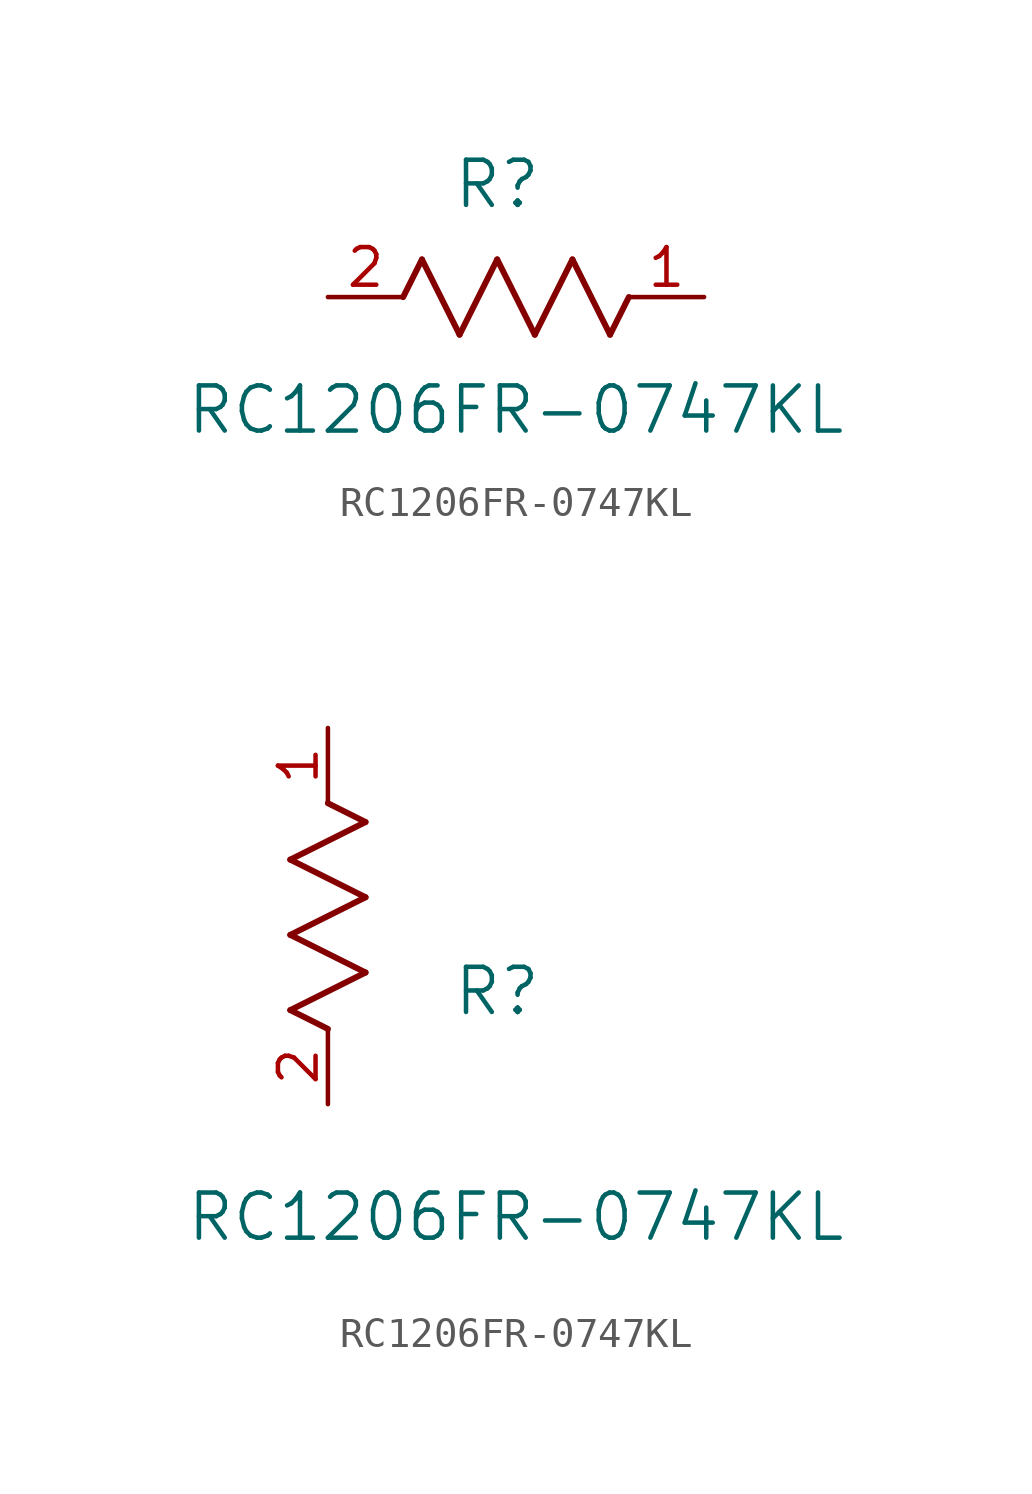
<source format=kicad_sym>
(kicad_symbol_lib
  (version 20211014)
  (generator kicad_symbol_editor)
  (symbol "RC1206FR-0747KL"
    (pin_names
      (offset 0.254))
    (property "Reference" "R"
      (at 5.715 3.81 0)
      (effects (font (size 1.524 1.524))))
    (property "Value" "RC1206FR-0747KL"
      (at 6.35 -3.81 0)
      (effects (font (size 1.524 1.524))))
    (symbol "RC1206FR-0747KL_1_1"
      (polyline (pts (xy 3.175 1.27) (xy 4.445 -1.27)) (stroke (width 0.203) (type default) (color 0 0 0 0)) (fill (type none)))
      (polyline (pts (xy 4.445 -1.27) (xy 5.715 1.27)) (stroke (width 0.203) (type default) (color 0 0 0 0)) (fill (type none)))
      (polyline (pts (xy 5.715 1.27) (xy 6.985 -1.27)) (stroke (width 0.203) (type default) (color 0 0 0 0)) (fill (type none)))
      (polyline (pts (xy 6.985 -1.27) (xy 8.255 1.27)) (stroke (width 0.203) (type default) (color 0 0 0 0)) (fill (type none)))
      (polyline (pts (xy 8.255 1.27) (xy 9.525 -1.27)) (stroke (width 0.203) (type default) (color 0 0 0 0)) (fill (type none)))
      (polyline (pts (xy 2.54 0) (xy 3.175 1.27)) (stroke (width 0.203) (type default) (color 0 0 0 0)) (fill (type none)))
      (polyline (pts (xy 9.525 -1.27) (xy 10.16 0)) (stroke (width 0.203) (type default) (color 0 0 0 0)) (fill (type none)))
      (pin unspecified line (at 12.7 0 180) (length 2.54) (name "" (effects (font (size 1.27 1.27)))) (number "1" (effects (font (size 1.27 1.27)))))
      (pin unspecified line (at 0 0 0) (length 2.54) (name "" (effects (font (size 1.27 1.27)))) (number "2" (effects (font (size 1.27 1.27))))))
    (symbol "RC1206FR-0747KL_1_2"
      (polyline (pts (xy 0 2.54) (xy -1.27 3.175)) (stroke (width 0.203) (type default) (color 0 0 0 0)) (fill (type none)))
      (polyline (pts (xy -1.27 3.175) (xy 1.27 4.445)) (stroke (width 0.203) (type default) (color 0 0 0 0)) (fill (type none)))
      (polyline (pts (xy 1.27 4.445) (xy -1.27 5.715)) (stroke (width 0.203) (type default) (color 0 0 0 0)) (fill (type none)))
      (polyline (pts (xy -1.27 5.715) (xy 1.27 6.985)) (stroke (width 0.203) (type default) (color 0 0 0 0)) (fill (type none)))
      (polyline (pts (xy -1.27 8.255) (xy 1.27 9.525)) (stroke (width 0.203) (type default) (color 0 0 0 0)) (fill (type none)))
      (polyline (pts (xy 1.27 9.525) (xy 0 10.16)) (stroke (width 0.203) (type default) (color 0 0 0 0)) (fill (type none)))
      (polyline (pts (xy 1.27 6.985) (xy -1.27 8.255)) (stroke (width 0.203) (type default) (color 0 0 0 0)) (fill (type none)))
      (pin unspecified line (at 0 12.7 270) (length 2.54) (name "" (effects (font (size 1.27 1.27)))) (number "1" (effects (font (size 1.27 1.27)))))
      (pin unspecified line (at 0 0 90) (length 2.54) (name "" (effects (font (size 1.27 1.27)))) (number "2" (effects (font (size 1.27 1.27))))))))
</source>
